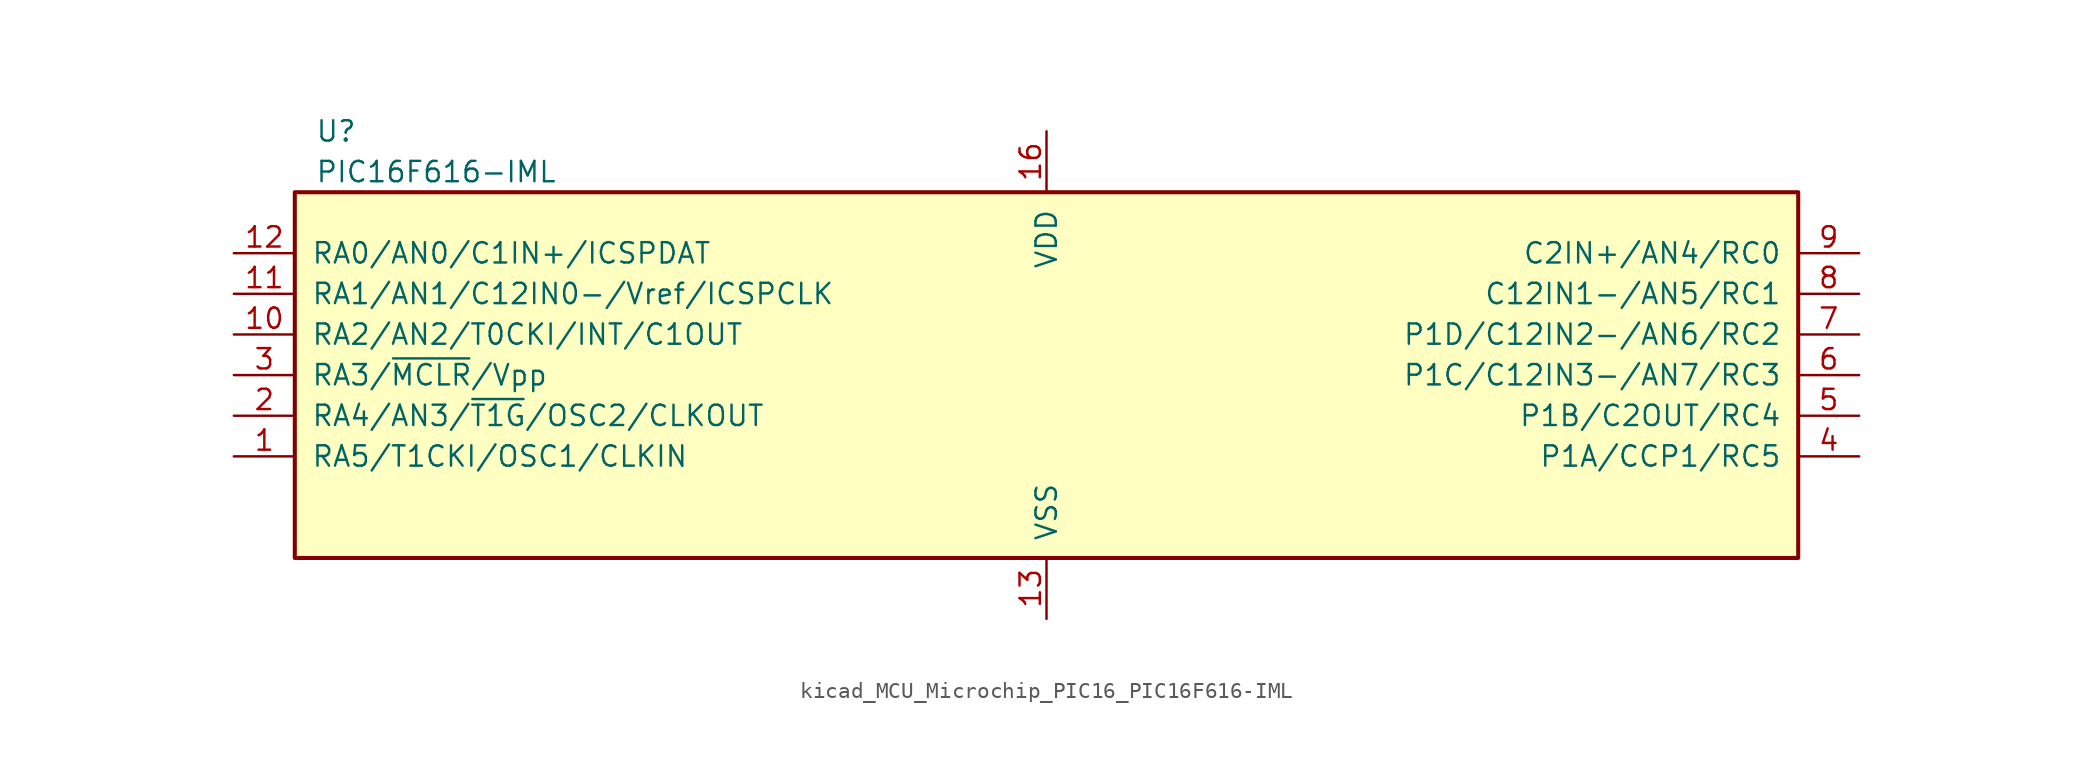
<source format=kicad_sym>
(kicad_symbol_lib
  (version 20220914)
  (generator kicad_symbol_editor)
  (symbol "kicad_MCU_Microchip_PIC16_PIC16F616-IML"
    (pin_names
      (offset 1.016))
    (property "Reference" "U"
      (at -45.72 15.24 0)
      (effects (font (size 1.27 1.27)) (justify left)))
    (property "Value" "PIC16F616-IML"
      (at -45.72 12.7 0)
      (effects (font (size 1.27 1.27)) (justify left)))
    (symbol "kicad_MCU_Microchip_PIC16_PIC16F616-IML_0_1"
      (rectangle (start -46.99 11.43) (end 46.99 -11.43) (stroke (width 0.254) (type default)) (fill (type background)))
      (pin bidirectional line (at -50.8 -5.08 0) (length 3.81) (name "RA5/T1CKI/OSC1/CLKIN" (effects (font (size 1.27 1.27)))) (number "1" (effects (font (size 1.27 1.27))))))
    (symbol "kicad_MCU_Microchip_PIC16_PIC16F616-IML_1_1"
      (pin bidirectional line (at -50.8 2.54 0) (length 3.81) (name "RA2/AN2/T0CKI/INT/C1OUT" (effects (font (size 1.27 1.27)))) (number "10" (effects (font (size 1.27 1.27)))))
      (pin bidirectional line (at -50.8 5.08 0) (length 3.81) (name "RA1/AN1/C12IN0-/Vref/ICSPCLK" (effects (font (size 1.27 1.27)))) (number "11" (effects (font (size 1.27 1.27)))))
      (pin bidirectional line (at -50.8 7.62 0) (length 3.81) (name "RA0/AN0/C1IN+/ICSPDAT" (effects (font (size 1.27 1.27)))) (number "12" (effects (font (size 1.27 1.27)))))
      (pin power_in line (at 0 -15.24 90) (length 3.81) (name "VSS" (effects (font (size 1.27 1.27)))) (number "13" (effects (font (size 1.27 1.27)))))
      (pin power_in line (at 0 15.24 270) (length 3.81) (name "VDD" (effects (font (size 1.27 1.27)))) (number "16" (effects (font (size 1.27 1.27)))))
      (pin bidirectional line (at -50.8 -2.54 0) (length 3.81) (name "RA4/AN3/~{T1G}/OSC2/CLKOUT" (effects (font (size 1.27 1.27)))) (number "2" (effects (font (size 1.27 1.27)))))
      (pin input line (at -50.8 0 0) (length 3.81) (name "RA3/~{MCLR}/Vpp" (effects (font (size 1.27 1.27)))) (number "3" (effects (font (size 1.27 1.27)))))
      (pin bidirectional line (at 50.8 -5.08 180) (length 3.81) (name "P1A/CCP1/RC5" (effects (font (size 1.27 1.27)))) (number "4" (effects (font (size 1.27 1.27)))))
      (pin bidirectional line (at 50.8 -2.54 180) (length 3.81) (name "P1B/C2OUT/RC4" (effects (font (size 1.27 1.27)))) (number "5" (effects (font (size 1.27 1.27)))))
      (pin bidirectional line (at 50.8 0 180) (length 3.81) (name "P1C/C12IN3-/AN7/RC3" (effects (font (size 1.27 1.27)))) (number "6" (effects (font (size 1.27 1.27)))))
      (pin bidirectional line (at 50.8 2.54 180) (length 3.81) (name "P1D/C12IN2-/AN6/RC2" (effects (font (size 1.27 1.27)))) (number "7" (effects (font (size 1.27 1.27)))))
      (pin bidirectional line (at 50.8 5.08 180) (length 3.81) (name "C12IN1-/AN5/RC1" (effects (font (size 1.27 1.27)))) (number "8" (effects (font (size 1.27 1.27)))))
      (pin bidirectional line (at 50.8 7.62 180) (length 3.81) (name "C2IN+/AN4/RC0" (effects (font (size 1.27 1.27)))) (number "9" (effects (font (size 1.27 1.27))))))))
</source>
